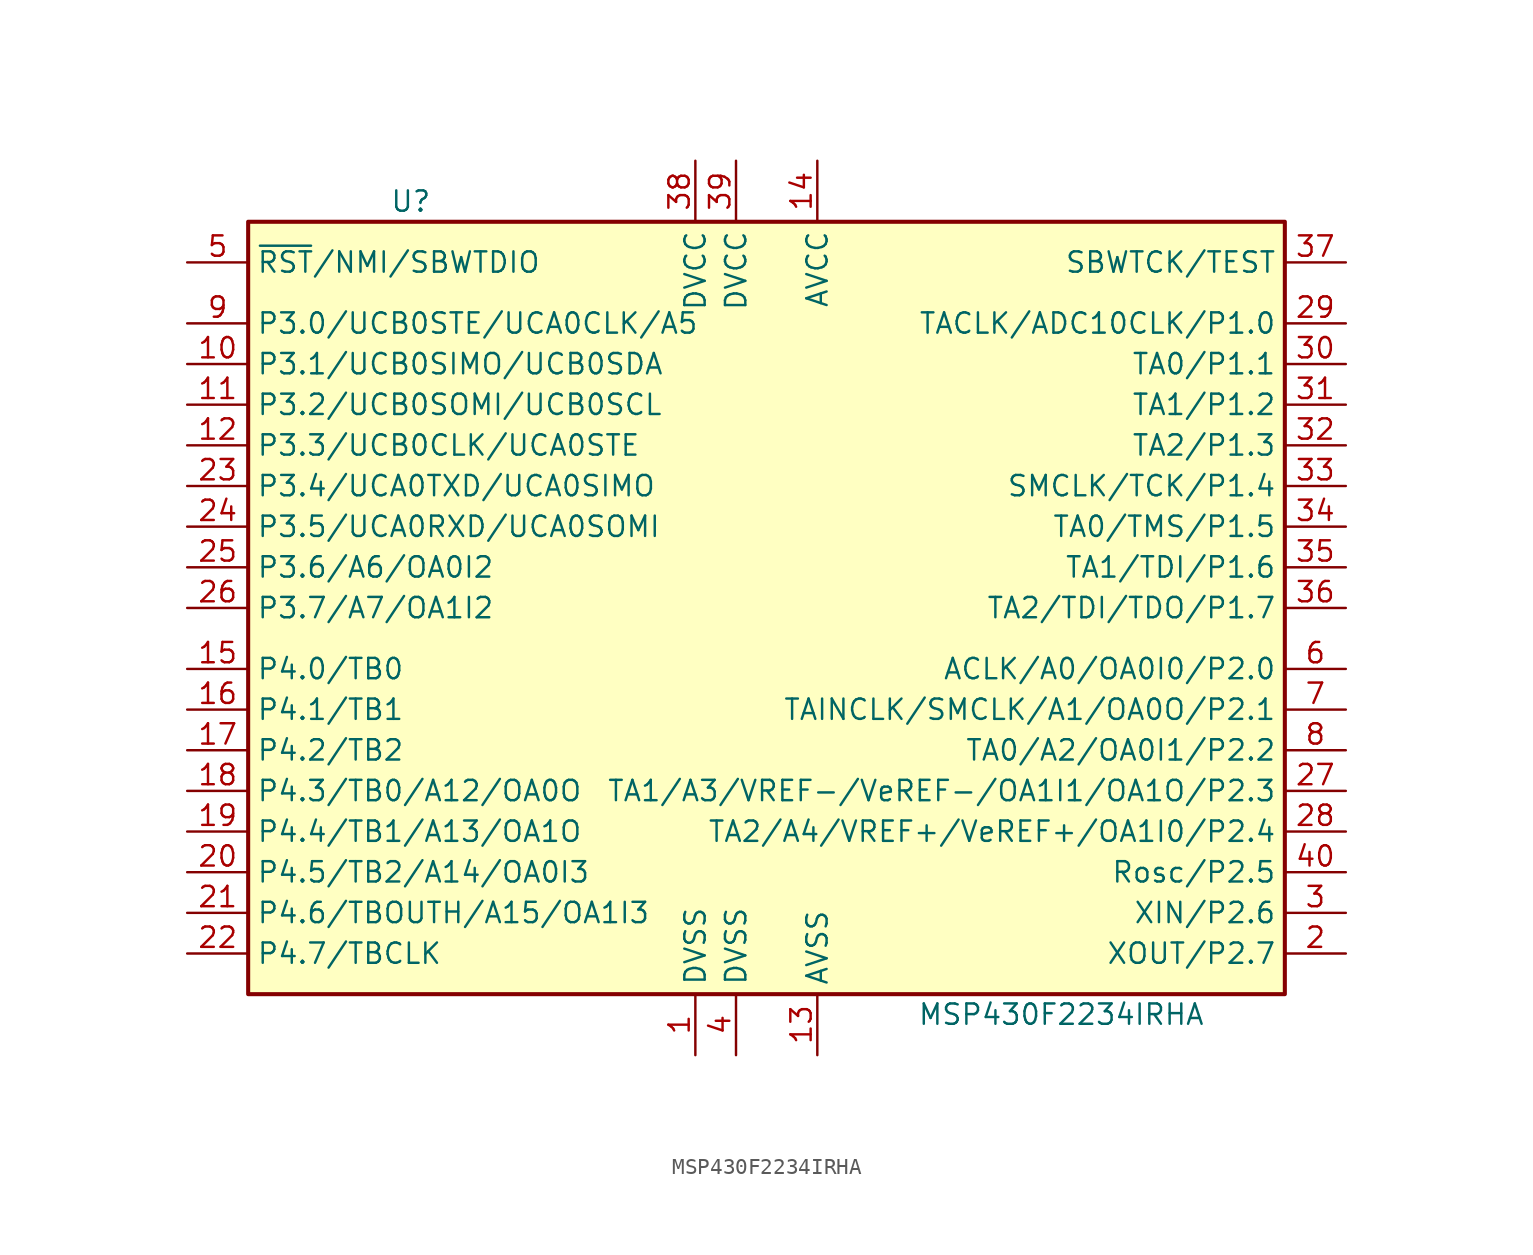
<source format=kicad_sym>
(kicad_symbol_lib
  (version 20201005)
  (generator kicad_symbol_editor)
  (symbol "MCU_Texas_MSP430:MSP430F2234IRHA"
    (property "Reference" "U"
      (at -22.86 25.4 0)
      (effects (font (size 1.27 1.27))))
    (property "Value" "MSP430F2234IRHA"
      (at 17.78 -25.4 0)
      (effects (font (size 1.27 1.27))))
    (symbol "MSP430F2234IRHA_0_1"
      (rectangle (start -33.02 24.13) (end 31.75 -24.13) (stroke (width 0.254)) (fill (type background))))
    (symbol "MSP430F2234IRHA_1_1"
      (pin power_in line (at -5.08 -27.94 90) (length 3.81) (name "DVSS" (effects (font (size 1.27 1.27)))) (number "1" (effects (font (size 1.27 1.27)))))
      (pin bidirectional line (at -36.83 15.24 0) (length 3.81) (name "P3.1/UCB0SIMO/UCB0SDA" (effects (font (size 1.27 1.27)))) (number "10" (effects (font (size 1.27 1.27)))))
      (pin bidirectional line (at -36.83 12.7 0) (length 3.81) (name "P3.2/UCB0SOMI/UCB0SCL" (effects (font (size 1.27 1.27)))) (number "11" (effects (font (size 1.27 1.27)))))
      (pin bidirectional line (at -36.83 10.16 0) (length 3.81) (name "P3.3/UCB0CLK/UCA0STE" (effects (font (size 1.27 1.27)))) (number "12" (effects (font (size 1.27 1.27)))))
      (pin power_in line (at 2.54 -27.94 90) (length 3.81) (name "AVSS" (effects (font (size 1.27 1.27)))) (number "13" (effects (font (size 1.27 1.27)))))
      (pin power_in line (at 2.54 27.94 270) (length 3.81) (name "AVCC" (effects (font (size 1.27 1.27)))) (number "14" (effects (font (size 1.27 1.27)))))
      (pin bidirectional line (at -36.83 -3.81 0) (length 3.81) (name "P4.0/TB0" (effects (font (size 1.27 1.27)))) (number "15" (effects (font (size 1.27 1.27)))))
      (pin bidirectional line (at -36.83 -6.35 0) (length 3.81) (name "P4.1/TB1" (effects (font (size 1.27 1.27)))) (number "16" (effects (font (size 1.27 1.27)))))
      (pin bidirectional line (at -36.83 -8.89 0) (length 3.81) (name "P4.2/TB2" (effects (font (size 1.27 1.27)))) (number "17" (effects (font (size 1.27 1.27)))))
      (pin bidirectional line (at -36.83 -11.43 0) (length 3.81) (name "P4.3/TB0/A12/OA0O" (effects (font (size 1.27 1.27)))) (number "18" (effects (font (size 1.27 1.27)))))
      (pin bidirectional line (at -36.83 -13.97 0) (length 3.81) (name "P4.4/TB1/A13/OA1O" (effects (font (size 1.27 1.27)))) (number "19" (effects (font (size 1.27 1.27)))))
      (pin bidirectional line (at 35.56 -21.59 180) (length 3.81) (name "XOUT/P2.7" (effects (font (size 1.27 1.27)))) (number "2" (effects (font (size 1.27 1.27)))))
      (pin bidirectional line (at -36.83 -16.51 0) (length 3.81) (name "P4.5/TB2/A14/OA0I3" (effects (font (size 1.27 1.27)))) (number "20" (effects (font (size 1.27 1.27)))))
      (pin bidirectional line (at -36.83 -19.05 0) (length 3.81) (name "P4.6/TBOUTH/A15/OA1I3" (effects (font (size 1.27 1.27)))) (number "21" (effects (font (size 1.27 1.27)))))
      (pin bidirectional line (at -36.83 -21.59 0) (length 3.81) (name "P4.7/TBCLK" (effects (font (size 1.27 1.27)))) (number "22" (effects (font (size 1.27 1.27)))))
      (pin bidirectional line (at -36.83 7.62 0) (length 3.81) (name "P3.4/UCA0TXD/UCA0SIMO" (effects (font (size 1.27 1.27)))) (number "23" (effects (font (size 1.27 1.27)))))
      (pin bidirectional line (at -36.83 5.08 0) (length 3.81) (name "P3.5/UCA0RXD/UCA0SOMI" (effects (font (size 1.27 1.27)))) (number "24" (effects (font (size 1.27 1.27)))))
      (pin bidirectional line (at -36.83 2.54 0) (length 3.81) (name "P3.6/A6/OA0I2" (effects (font (size 1.27 1.27)))) (number "25" (effects (font (size 1.27 1.27)))))
      (pin bidirectional line (at -36.83 0 0) (length 3.81) (name "P3.7/A7/OA1I2" (effects (font (size 1.27 1.27)))) (number "26" (effects (font (size 1.27 1.27)))))
      (pin bidirectional line (at 35.56 -11.43 180) (length 3.81) (name "TA1/A3/VREF-/VeREF-/OA1I1/OA1O/P2.3" (effects (font (size 1.27 1.27)))) (number "27" (effects (font (size 1.27 1.27)))))
      (pin bidirectional line (at 35.56 -13.97 180) (length 3.81) (name "TA2/A4/VREF+/VeREF+/OA1I0/P2.4" (effects (font (size 1.27 1.27)))) (number "28" (effects (font (size 1.27 1.27)))))
      (pin bidirectional line (at 35.56 17.78 180) (length 3.81) (name "TACLK/ADC10CLK/P1.0" (effects (font (size 1.27 1.27)))) (number "29" (effects (font (size 1.27 1.27)))))
      (pin bidirectional line (at 35.56 -19.05 180) (length 3.81) (name "XIN/P2.6" (effects (font (size 1.27 1.27)))) (number "3" (effects (font (size 1.27 1.27)))))
      (pin bidirectional line (at 35.56 15.24 180) (length 3.81) (name "TA0/P1.1" (effects (font (size 1.27 1.27)))) (number "30" (effects (font (size 1.27 1.27)))))
      (pin bidirectional line (at 35.56 12.7 180) (length 3.81) (name "TA1/P1.2" (effects (font (size 1.27 1.27)))) (number "31" (effects (font (size 1.27 1.27)))))
      (pin bidirectional line (at 35.56 10.16 180) (length 3.81) (name "TA2/P1.3" (effects (font (size 1.27 1.27)))) (number "32" (effects (font (size 1.27 1.27)))))
      (pin bidirectional line (at 35.56 7.62 180) (length 3.81) (name "SMCLK/TCK/P1.4" (effects (font (size 1.27 1.27)))) (number "33" (effects (font (size 1.27 1.27)))))
      (pin bidirectional line (at 35.56 5.08 180) (length 3.81) (name "TA0/TMS/P1.5" (effects (font (size 1.27 1.27)))) (number "34" (effects (font (size 1.27 1.27)))))
      (pin bidirectional line (at 35.56 2.54 180) (length 3.81) (name "TA1/TDI/P1.6" (effects (font (size 1.27 1.27)))) (number "35" (effects (font (size 1.27 1.27)))))
      (pin bidirectional line (at 35.56 0 180) (length 3.81) (name "TA2/TDI/TDO/P1.7" (effects (font (size 1.27 1.27)))) (number "36" (effects (font (size 1.27 1.27)))))
      (pin input line (at 35.56 21.59 180) (length 3.81) (name "SBWTCK/TEST" (effects (font (size 1.27 1.27)))) (number "37" (effects (font (size 1.27 1.27)))))
      (pin power_in line (at -5.08 27.94 270) (length 3.81) (name "DVCC" (effects (font (size 1.27 1.27)))) (number "38" (effects (font (size 1.27 1.27)))))
      (pin power_in line (at -2.54 27.94 270) (length 3.81) (name "DVCC" (effects (font (size 1.27 1.27)))) (number "39" (effects (font (size 1.27 1.27)))))
      (pin power_in line (at -2.54 -27.94 90) (length 3.81) (name "DVSS" (effects (font (size 1.27 1.27)))) (number "4" (effects (font (size 1.27 1.27)))))
      (pin bidirectional line (at 35.56 -16.51 180) (length 3.81) (name "Rosc/P2.5" (effects (font (size 1.27 1.27)))) (number "40" (effects (font (size 1.27 1.27)))))
      (pin bidirectional line (at -36.83 21.59 0) (length 3.81) (name "~RST~/NMI/SBWTDIO" (effects (font (size 1.27 1.27)))) (number "5" (effects (font (size 1.27 1.27)))))
      (pin bidirectional line (at 35.56 -3.81 180) (length 3.81) (name "ACLK/A0/OA0I0/P2.0" (effects (font (size 1.27 1.27)))) (number "6" (effects (font (size 1.27 1.27)))))
      (pin bidirectional line (at 35.56 -6.35 180) (length 3.81) (name "TAINCLK/SMCLK/A1/OA0O/P2.1" (effects (font (size 1.27 1.27)))) (number "7" (effects (font (size 1.27 1.27)))))
      (pin bidirectional line (at 35.56 -8.89 180) (length 3.81) (name "TA0/A2/OA0I1/P2.2" (effects (font (size 1.27 1.27)))) (number "8" (effects (font (size 1.27 1.27)))))
      (pin bidirectional line (at -36.83 17.78 0) (length 3.81) (name "P3.0/UCB0STE/UCA0CLK/A5" (effects (font (size 1.27 1.27)))) (number "9" (effects (font (size 1.27 1.27))))))))
</source>
